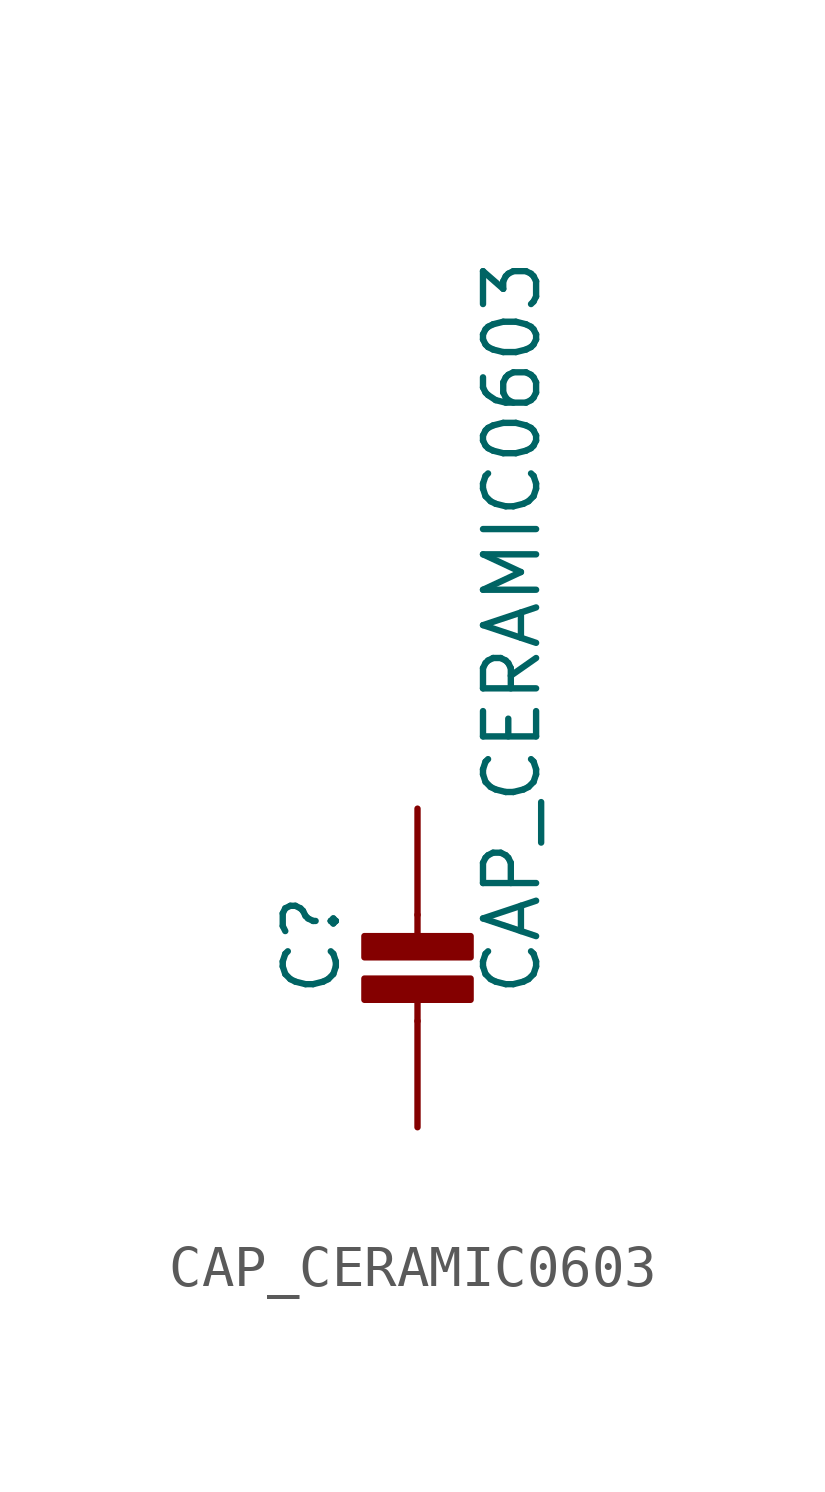
<source format=kicad_sym>
(kicad_symbol_lib
  (version 20211014)
  (generator kicad_symbol_editor)
  (symbol "CAP_CERAMIC0603"
    (property "Reference" "C"
      (at -1.79 0.54 90)
      (effects (font (size 1.27 1.27)) (justify left bottom)))
    (property "Value" "CAP_CERAMIC0603"
      (at 3 0.54 90)
      (effects (font (size 1.27 1.27)) (justify left bottom)))
    (property "ki_locked" ""
      (at 0 0 0)
      (effects (font (size 1.27 1.27))))
    (symbol "CAP_CERAMIC0603_1_0"
      (rectangle (start -1.27 0.508) (end 1.27 1.016) (stroke (width 0) (type default) (color 0 0 0 0)) (fill (type outline)))
      (rectangle (start -1.27 1.524) (end 1.27 2.032) (stroke (width 0) (type default) (color 0 0 0 0)) (fill (type outline)))
      (polyline (pts (xy 0 0.762) (xy 0 0)) (stroke (width 0.152) (type default) (color 0 0 0 0)) (fill (type none)))
      (polyline (pts (xy 0 2.54) (xy 0 1.778)) (stroke (width 0.152) (type default) (color 0 0 0 0)) (fill (type none)))
      (pin passive line (at 0 5.08 270) (length 2.54) (name "1" (effects (font (size 0 0)))) (number "1" (effects (font (size 0 0)))))
      (pin passive line (at 0 -2.54 90) (length 2.54) (name "2" (effects (font (size 0 0)))) (number "2" (effects (font (size 0 0))))))))
</source>
